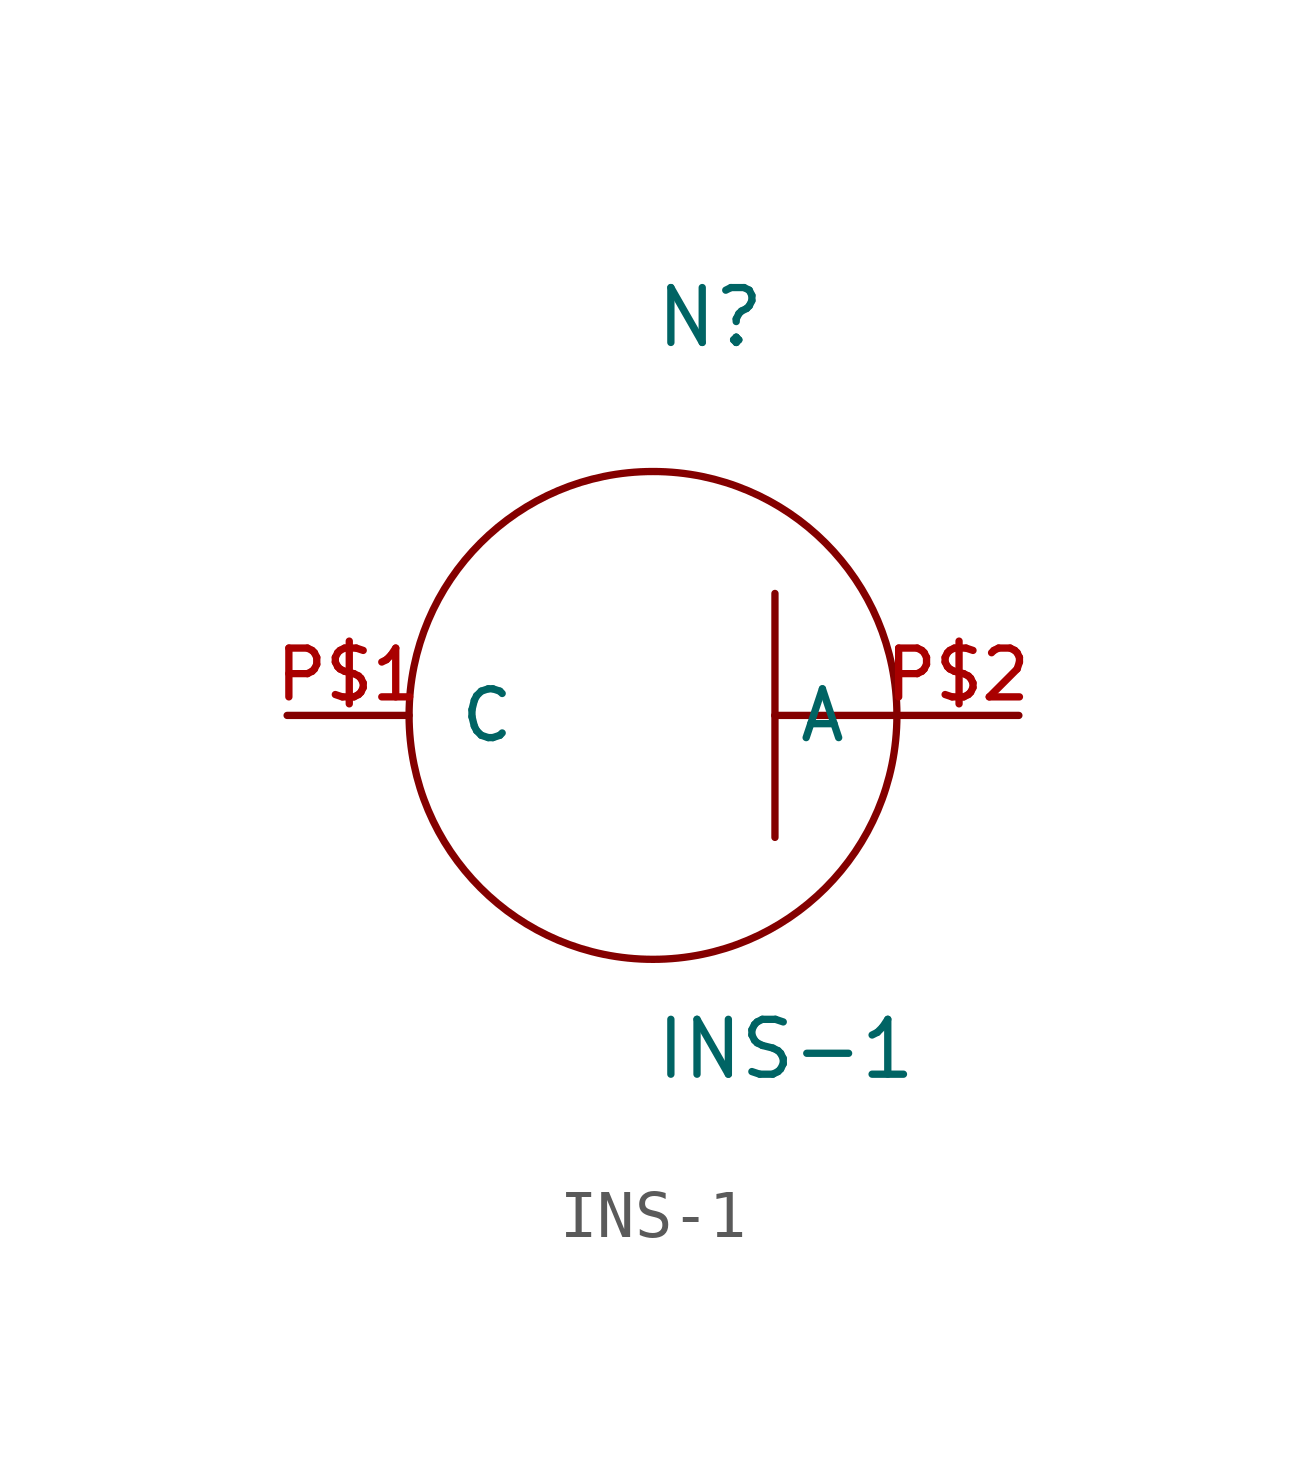
<source format=kicad_sym>
(kicad_symbol_lib
  (version 20220914)
  (generator kicad_symbol_editor)
  (symbol "INS-1"
    (pin_names
      (offset 1.016))
    (property "Reference" "N"
      (at 0 7.62 0)
      (effects (font (size 1.143 1.143)) (justify left bottom)))
    (property "Value" "INS-1"
      (at 0 -7.62 0)
      (effects (font (size 1.143 1.143)) (justify left bottom)))
    (property "ki_locked" ""
      (at 0 0 0)
      (effects (font (size 1.27 1.27))))
    (symbol "INS-1_1_0"
      (polyline (pts (xy 2.54 -2.54) (xy 2.54 0)) (stroke (width 0) (type solid)) (fill (type none)))
      (polyline (pts (xy 2.54 0) (xy 2.54 2.54)) (stroke (width 0) (type solid)) (fill (type none)))
      (polyline (pts (xy 2.54 0) (xy 5.08 0)) (stroke (width 0) (type solid)) (fill (type none))))
    (symbol "INS-1_1_1"
      (circle (center 0 0) (radius 5.08) (stroke (width 0) (type solid)) (fill (type none)))
      (pin passive line (at -7.62 0 0) (length 2.54) (name "C" (effects (font (size 1.016 1.016)))) (number "P$1" (effects (font (size 1.016 1.016)))))
      (pin passive line (at 7.62 0 180) (length 2.54) (name "A" (effects (font (size 1.016 1.016)))) (number "P$2" (effects (font (size 1.016 1.016))))))))
</source>
